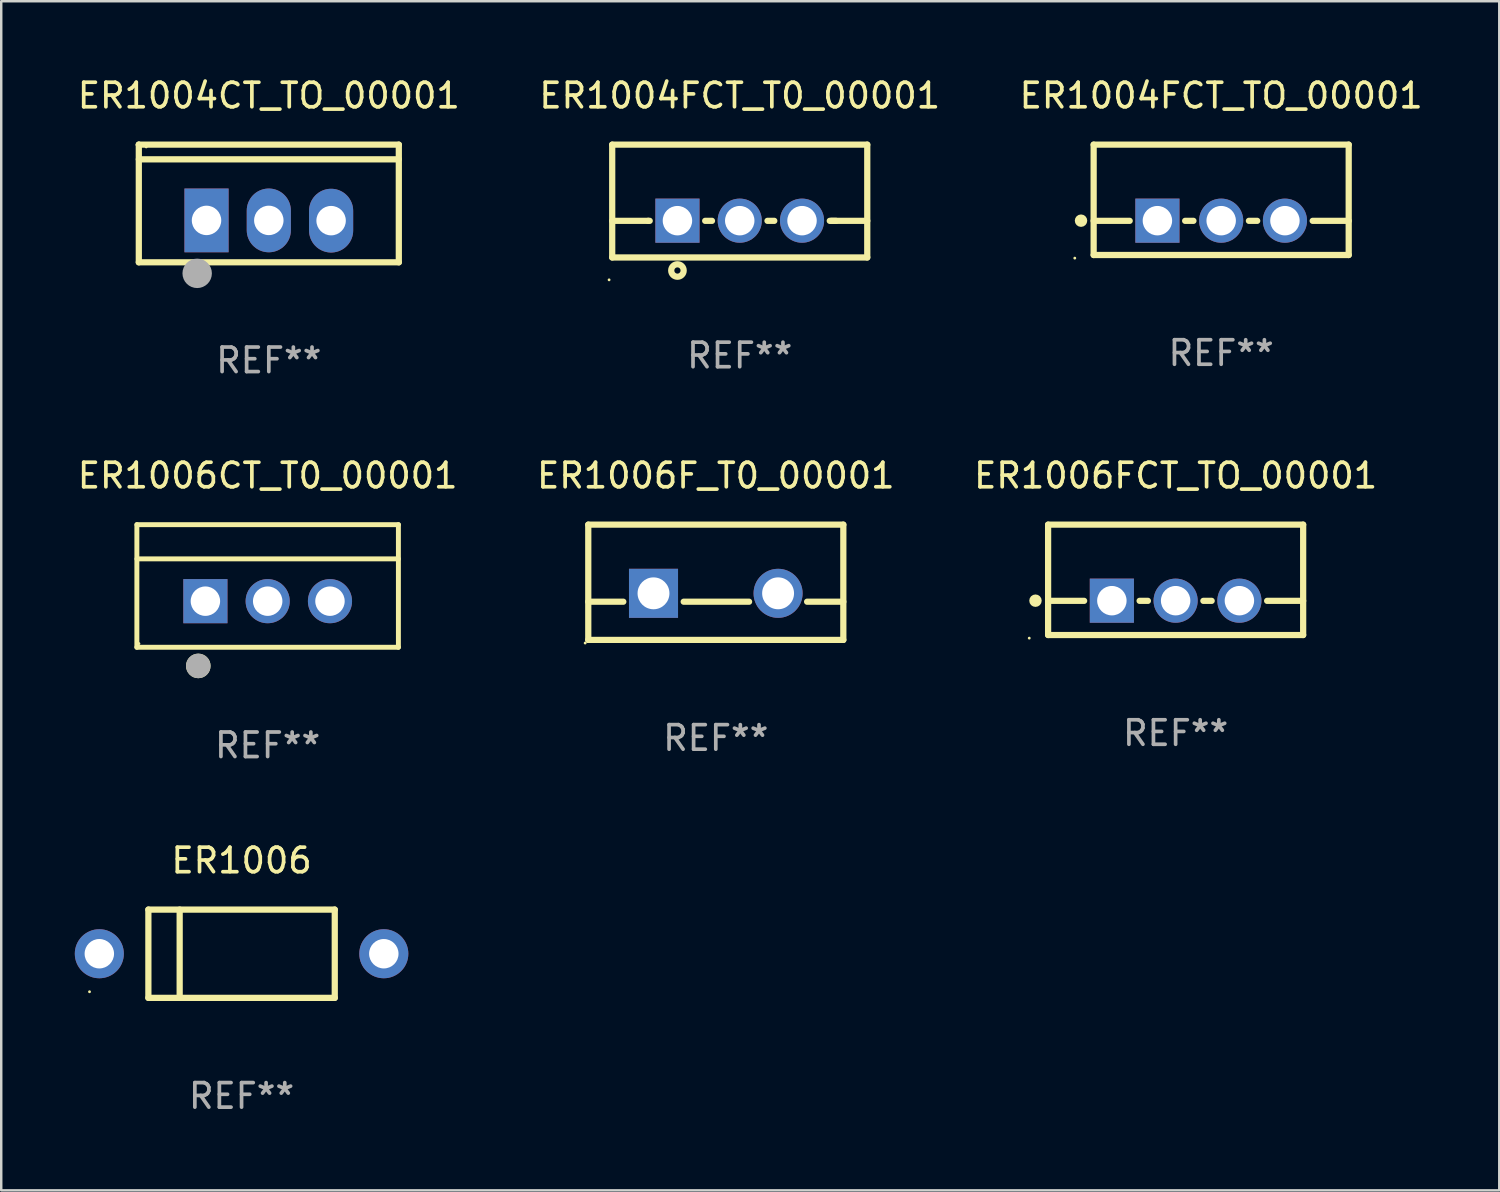
<source format=kicad_pcb>
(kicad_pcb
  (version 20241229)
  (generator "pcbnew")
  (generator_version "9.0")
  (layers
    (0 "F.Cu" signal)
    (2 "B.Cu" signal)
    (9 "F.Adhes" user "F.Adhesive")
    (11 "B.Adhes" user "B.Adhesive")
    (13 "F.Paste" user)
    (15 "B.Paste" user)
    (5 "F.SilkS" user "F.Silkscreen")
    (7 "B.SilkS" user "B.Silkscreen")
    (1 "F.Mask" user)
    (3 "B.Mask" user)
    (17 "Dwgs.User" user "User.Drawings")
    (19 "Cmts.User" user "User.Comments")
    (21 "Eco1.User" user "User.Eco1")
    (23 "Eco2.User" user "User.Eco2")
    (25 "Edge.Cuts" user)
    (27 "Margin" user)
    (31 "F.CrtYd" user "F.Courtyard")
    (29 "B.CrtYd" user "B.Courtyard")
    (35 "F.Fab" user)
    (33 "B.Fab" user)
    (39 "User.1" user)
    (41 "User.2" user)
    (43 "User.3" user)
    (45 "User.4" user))
  (footprint "ER1006FCT_TO_00001"
    (layer "F.Cu")
    (at 44.887 20.593)
    (property "Reference" "ER1006FCT_TO_00001" (at 0 -4.25 0) (layer "F.SilkS") (effects (font (size 1 1) (thickness 0.15))))
    (attr through_hole)
    (fp_line (start -5.2 -2.25) (end -5.2 2.25) (stroke (width 0.254) (type solid)) (layer "F.SilkS"))
    (fp_line (start -5.2 -2.25) (end 5.2 -2.25) (stroke (width 0.254) (type solid)) (layer "F.SilkS"))
    (fp_line (start -5.2 0.857) (end -3.731 0.857) (stroke (width 0.254) (type solid)) (layer "F.SilkS"))
    (fp_line (start -5.2 2.25) (end 5.2 2.25) (stroke (width 0.254) (type solid)) (layer "F.SilkS"))
    (fp_line (start -1.469 0.857) (end -1.131 0.857) (stroke (width 0.254) (type solid)) (layer "F.SilkS"))
    (fp_line (start 1.131 0.857) (end 1.469 0.857) (stroke (width 0.254) (type solid)) (layer "F.SilkS"))
    (fp_line (start 3.731 0.857) (end 5.2 0.857) (stroke (width 0.254) (type solid)) (layer "F.SilkS"))
    (fp_line (start 5.2 -2.25) (end 5.2 2.25) (stroke (width 0.254) (type solid)) (layer "F.SilkS"))
    (fp_circle (center -5.969 2.377) (end -5.939 2.377) (stroke (width 0.06) (type solid)) (fill no) (layer "F.SilkS"))
    (fp_circle (center -5.715 0.85) (end -5.588 0.85) (stroke (width 0.254) (type solid)) (fill no) (layer "F.SilkS"))
    (fp_text user "REF**" (at 0 6.25 0) (layer "F.Fab") (effects (font (size 1 1) (thickness 0.15))))
    (pad "1" thru_hole rect (at -2.6 0.85) (size 1.8 1.8) (drill 1.2) (layers "*.Cu" "*.Mask"))
    (pad "2" thru_hole circle (at 0 0.85) (size 1.8 1.8) (drill 1.2) (layers "*.Cu" "*.Mask"))
    (pad "3" thru_hole circle (at 2.6 0.85) (size 1.8 1.8) (drill 1.2) (layers "*.Cu" "*.Mask")))
  (footprint "ER1006"
    (layer "F.Cu")
    (at 6.8 35.839)
    (property "Reference" "ER1006" (at 0 -3.8 0) (layer "F.SilkS") (effects (font (size 1 1) (thickness 0.15))))
    (attr through_hole)
    (fp_line (start -3.8 -1.8) (end -3.8 1.8) (stroke (width 0.254) (type solid)) (layer "F.SilkS"))
    (fp_line (start -3.8 -1.8) (end 3.8 -1.8) (stroke (width 0.254) (type solid)) (layer "F.SilkS"))
    (fp_line (start -3.8 1.8) (end 3.8 1.8) (stroke (width 0.254) (type solid)) (layer "F.SilkS"))
    (fp_line (start -2.524 -1.8) (end -2.524 1.8) (stroke (width 0.254) (type solid)) (layer "F.SilkS"))
    (fp_line (start 3.8 -1.8) (end 3.8 1.8) (stroke (width 0.254) (type solid)) (layer "F.SilkS"))
    (fp_circle (center -6.2 1.55) (end -6.17 1.55) (stroke (width 0.06) (type solid)) (fill no) (layer "F.SilkS"))
    (fp_text user "REF**" (at 0 5.8 0) (layer "F.Fab") (effects (font (size 1 1) (thickness 0.15))))
    (pad "1" thru_hole circle (at -5.8 0) (size 2 2) (drill 1.2) (layers "*.Cu" "*.Mask"))
    (pad "2" thru_hole circle (at 5.8 0) (size 2 2) (drill 1.2) (layers "*.Cu" "*.Mask")))
  (footprint "ER1004CT_TO_00001"
    (layer "F.Cu")
    (at 7.911 5.247)
    (property "Reference" "ER1004CT_TO_00001" (at 0 -4.399 0) (layer "F.SilkS") (effects (font (size 1 1) (thickness 0.15))))
    (attr through_hole)
    (fp_line (start -5.301 -2.399) (end 5.301 -2.399) (stroke (width 0.254) (type solid)) (layer "F.SilkS"))
    (fp_line (start -5.301 -2.394) (end -5.301 -2.399) (stroke (width 0.254) (type solid)) (layer "F.SilkS"))
    (fp_line (start -5.301 2.399) (end -5.301 -2.394) (stroke (width 0.254) (type solid)) (layer "F.SilkS"))
    (fp_line (start 5.3 -1.8) (end -5.3 -1.8) (stroke (width 0.254) (type solid)) (layer "F.SilkS"))
    (fp_line (start 5.301 -2.399) (end 5.301 2.399) (stroke (width 0.254) (type solid)) (layer "F.SilkS"))
    (fp_line (start 5.301 2.399) (end -5.301 2.399) (stroke (width 0.254) (type solid)) (layer "F.SilkS"))
    (fp_arc (start -2.769977 3.025032) (mid -2.768707 3.025028) (end -2.767437 3.025032) (stroke (width 0.4) (type solid)) (layer "F.SilkS"))
    (fp_circle (center -5 -2.305) (end -4.97 -2.305) (stroke (width 0.06) (type solid)) (fill no) (layer "F.SilkS"))
    (fp_circle (center -2.921 2.849) (end -2.621 2.849) (stroke (width 0.6) (type solid)) (fill no) (layer "F.Fab"))
    (fp_text user "REF**" (at 0 6.399 0) (layer "F.Fab") (effects (font (size 1 1) (thickness 0.15))))
    (pad "1" thru_hole rect (at -2.54 0.69) (size 1.8 2.6) (drill 1.2) (layers "*.Cu" "*.Mask"))
    (pad "2" thru_hole oval (at 0 0.69) (size 1.8 2.6) (drill 1.2) (layers "*.Cu" "*.Mask"))
    (pad "3" thru_hole oval (at 2.54 0.7) (size 1.8 2.6) (drill 1.2) (layers "*.Cu" "*.Mask")))
  (footprint "ER1004FCT_TO_00001"
    (layer "F.Cu")
    (at 46.744 5.098)
    (property "Reference" "ER1004FCT_TO_00001" (at 0 -4.25 0) (layer "F.SilkS") (effects (font (size 1 1) (thickness 0.15))))
    (attr through_hole)
    (fp_line (start -5.2 -2.25) (end -5.2 2.25) (stroke (width 0.254) (type solid)) (layer "F.SilkS"))
    (fp_line (start -5.2 -2.25) (end 5.2 -2.25) (stroke (width 0.254) (type solid)) (layer "F.SilkS"))
    (fp_line (start -5.2 0.857) (end -3.731 0.857) (stroke (width 0.254) (type solid)) (layer "F.SilkS"))
    (fp_line (start -5.2 2.25) (end 5.2 2.25) (stroke (width 0.254) (type solid)) (layer "F.SilkS"))
    (fp_line (start -1.469 0.857) (end -1.131 0.857) (stroke (width 0.254) (type solid)) (layer "F.SilkS"))
    (fp_line (start 1.131 0.857) (end 1.469 0.857) (stroke (width 0.254) (type solid)) (layer "F.SilkS"))
    (fp_line (start 3.731 0.857) (end 5.2 0.857) (stroke (width 0.254) (type solid)) (layer "F.SilkS"))
    (fp_line (start 5.2 -2.25) (end 5.2 2.25) (stroke (width 0.254) (type solid)) (layer "F.SilkS"))
    (fp_circle (center -5.969 2.377) (end -5.939 2.377) (stroke (width 0.06) (type solid)) (fill no) (layer "F.SilkS"))
    (fp_circle (center -5.715 0.85) (end -5.588 0.85) (stroke (width 0.254) (type solid)) (fill no) (layer "F.SilkS"))
    (fp_text user "REF**" (at 0 6.25 0) (layer "F.Fab") (effects (font (size 1 1) (thickness 0.15))))
    (pad "1" thru_hole rect (at -2.6 0.85) (size 1.8 1.8) (drill 1.2) (layers "*.Cu" "*.Mask"))
    (pad "2" thru_hole circle (at 0 0.85) (size 1.8 1.8) (drill 1.2) (layers "*.Cu" "*.Mask"))
    (pad "3" thru_hole circle (at 2.6 0.85) (size 1.8 1.8) (drill 1.2) (layers "*.Cu" "*.Mask")))
  (footprint "ER1006CT_T0_00001"
    (layer "F.Cu")
    (at 7.863 20.843)
    (property "Reference" "ER1006CT_T0_00001" (at 0 -4.5 0) (layer "F.SilkS") (effects (font (size 1 1) (thickness 0.15))))
    (attr through_hole)
    (fp_line (start -5.332 2.5) (end -5.332 -2.5) (stroke (width 0.201) (type solid)) (layer "F.SilkS"))
    (fp_line (start -5.328 -2.5) (end 5.332 -2.5) (stroke (width 0.201) (type solid)) (layer "F.SilkS"))
    (fp_line (start -5.328 -1.104) (end 5.332 -1.104) (stroke (width 0.201) (type solid)) (layer "F.SilkS"))
    (fp_line (start 5.332 -2.5) (end 5.332 2.5) (stroke (width 0.201) (type solid)) (layer "F.SilkS"))
    (fp_line (start 5.332 2.5) (end -5.332 2.5) (stroke (width 0.201) (type solid)) (layer "F.SilkS"))
    (fp_circle (center -5.248 2.35) (end -5.218 2.35) (stroke (width 0.06) (type solid)) (fill no) (layer "F.SilkS"))
    (fp_circle (center -2.828 3.26) (end -2.578 3.26) (stroke (width 0.5) (type solid)) (fill no) (layer "F.SilkS"))
    (fp_circle (center -2.828 3.26) (end -2.578 3.26) (stroke (width 0.5) (type solid)) (fill no) (layer "F.Fab"))
    (fp_text user "REF**" (at 0 6.5 0) (layer "F.Fab") (effects (font (size 1 1) (thickness 0.15))))
    (pad "1" thru_hole rect (at -2.538 0.62) (size 1.8 1.8) (drill 1.2) (layers "*.Cu" "*.Mask"))
    (pad "2" thru_hole circle (at 0.002 0.62) (size 1.8 1.8) (drill 1.2) (layers "*.Cu" "*.Mask"))
    (pad "3" thru_hole circle (at 2.542 0.62) (size 1.8 1.8) (drill 1.2) (layers "*.Cu" "*.Mask")))
  (footprint "ER1004FCT_T0_00001"
    (layer "F.Cu")
    (at 27.113 5.148)
    (property "Reference" "ER1004FCT_T0_00001" (at 0 -4.3 0) (layer "F.SilkS") (effects (font (size 1 1) (thickness 0.15))))
    (attr through_hole)
    (fp_line (start -5.2 -2.3) (end -5.2 2.3) (stroke (width 0.254) (type solid)) (layer "F.SilkS"))
    (fp_line (start -5.2 -2.3) (end 5.2 -2.3) (stroke (width 0.254) (type solid)) (layer "F.SilkS"))
    (fp_line (start -5.2 0.807) (end -3.731 0.807) (stroke (width 0.254) (type solid)) (layer "F.SilkS"))
    (fp_line (start -5.2 2.3) (end 5.2 2.3) (stroke (width 0.254) (type solid)) (layer "F.SilkS"))
    (fp_line (start -3.731 0.807) (end -3.671 0.807) (stroke (width 0.254) (type solid)) (layer "F.SilkS"))
    (fp_line (start -1.409 0.807) (end -1.131 0.807) (stroke (width 0.254) (type solid)) (layer "F.SilkS"))
    (fp_line (start 1.131 0.807) (end 1.409 0.807) (stroke (width 0.254) (type solid)) (layer "F.SilkS"))
    (fp_line (start 3.671 0.807) (end 3.926 0.807) (stroke (width 0.254) (type solid)) (layer "F.SilkS"))
    (fp_line (start 3.731 0.807) (end 5.2 0.807) (stroke (width 0.254) (type solid)) (layer "F.SilkS"))
    (fp_line (start 5.2 -2.3) (end 5.2 2.3) (stroke (width 0.254) (type solid)) (layer "F.SilkS"))
    (fp_circle (center -5.327 3.213) (end -5.297 3.213) (stroke (width 0.06) (type solid)) (fill no) (layer "F.SilkS"))
    (fp_circle (center -2.54 2.832) (end -2.286 2.832) (stroke (width 0.254) (type solid)) (fill no) (layer "F.SilkS"))
    (fp_text user "REF**" (at 0 6.3 0) (layer "F.Fab") (effects (font (size 1 1) (thickness 0.15))))
    (pad "1" thru_hole rect (at -2.54 0.8) (size 1.8 1.8) (drill 1.2) (layers "*.Cu" "*.Mask"))
    (pad "2" thru_hole circle (at 0 0.8) (size 1.8 1.8) (drill 1.2) (layers "*.Cu" "*.Mask"))
    (pad "3" thru_hole circle (at 2.54 0.8) (size 1.8 1.8) (drill 1.2) (layers "*.Cu" "*.Mask")))
  (footprint "ER1006F_T0_00001"
    (layer "F.Cu")
    (at 26.137 20.693)
    (property "Reference" "ER1006F_T0_00001" (at 0 -4.35 0) (layer "F.SilkS") (effects (font (size 1 1) (thickness 0.15))))
    (attr through_hole)
    (fp_line (start -5.2 -2.35) (end -5.2 2.35) (stroke (width 0.254) (type solid)) (layer "F.SilkS"))
    (fp_line (start -5.2 -2.35) (end 5.2 -2.35) (stroke (width 0.254) (type solid)) (layer "F.SilkS"))
    (fp_line (start -5.2 0.792) (end -3.771 0.792) (stroke (width 0.254) (type solid)) (layer "F.SilkS"))
    (fp_line (start -5.2 2.35) (end 5.2 2.35) (stroke (width 0.254) (type solid)) (layer "F.SilkS"))
    (fp_line (start -1.309 0.792) (end 1.357 0.792) (stroke (width 0.254) (type solid)) (layer "F.SilkS"))
    (fp_line (start 3.723 0.792) (end 5.2 0.792) (stroke (width 0.254) (type solid)) (layer "F.SilkS"))
    (fp_line (start 5.2 -2.35) (end 5.2 2.35) (stroke (width 0.254) (type solid)) (layer "F.SilkS"))
    (fp_circle (center -5.327 2.477) (end -5.297 2.477) (stroke (width 0.06) (type solid)) (fill no) (layer "F.SilkS"))
    (fp_text user "REF**" (at 0 6.35 0) (layer "F.Fab") (effects (font (size 1 1) (thickness 0.15))))
    (pad "1" thru_hole rect (at -2.54 0.45) (size 2 2) (drill 1.3) (layers "*.Cu" "*.Mask"))
    (pad "2" thru_hole circle (at 2.54 0.45) (size 2 2) (drill 1.3) (layers "*.Cu" "*.Mask")))
  (gr_rect
    (start -3 -3)
    (end 58.083 45.488)
    (stroke (width 0.1) (type default))
    (fill no)
    (layer "Edge.Cuts")))
</source>
